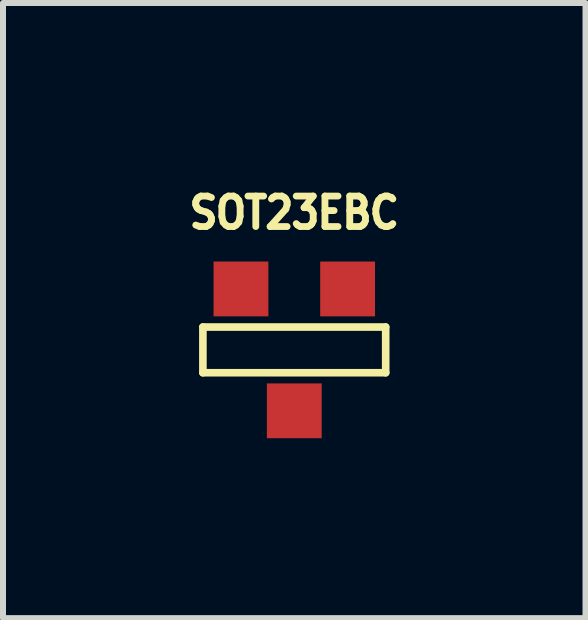
<source format=kicad_pcb>
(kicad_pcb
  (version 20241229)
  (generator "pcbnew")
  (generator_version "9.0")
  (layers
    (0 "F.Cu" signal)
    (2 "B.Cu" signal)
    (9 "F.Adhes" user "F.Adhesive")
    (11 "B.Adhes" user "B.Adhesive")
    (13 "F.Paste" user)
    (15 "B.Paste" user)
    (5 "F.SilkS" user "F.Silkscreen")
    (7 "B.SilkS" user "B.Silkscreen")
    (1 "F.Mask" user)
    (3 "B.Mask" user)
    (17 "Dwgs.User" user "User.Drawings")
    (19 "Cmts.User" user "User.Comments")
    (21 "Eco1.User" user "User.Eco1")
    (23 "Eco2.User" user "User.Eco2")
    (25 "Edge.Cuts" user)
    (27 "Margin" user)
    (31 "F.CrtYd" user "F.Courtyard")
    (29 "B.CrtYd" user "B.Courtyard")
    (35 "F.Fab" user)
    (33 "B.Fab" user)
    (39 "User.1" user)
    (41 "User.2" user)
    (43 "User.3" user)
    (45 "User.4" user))
  (footprint "SOT23EBC"
    (layer "F.Cu")
    (at 1.857 2.784)
    (property "Reference" "SOT23EBC" (at 0 -2.286 0) (layer "F.SilkS") (effects (font (size 0.508 0.457) (thickness 0.114))))
    (attr smd)
    (fp_line (start -1.524 -0.381) (end 1.524 -0.381) (stroke (width 0.127) (type solid)) (layer "F.SilkS"))
    (fp_line (start -1.524 0.381) (end -1.524 -0.381) (stroke (width 0.127) (type solid)) (layer "F.SilkS"))
    (fp_line (start 1.524 -0.381) (end 1.524 0.381) (stroke (width 0.127) (type solid)) (layer "F.SilkS"))
    (fp_line (start 1.524 0.381) (end -1.524 0.381) (stroke (width 0.127) (type solid)) (layer "F.SilkS"))
    (pad "1" smd rect (at -0.889 -1.016) (size 0.914 0.914) (layers "F.Cu" "F.Mask" "F.Paste"))
    (pad "2" smd rect (at 0.889 -1.016) (size 0.914 0.914) (layers "F.Cu" "F.Mask" "F.Paste"))
    (pad "3" smd rect (at 0 1.016) (size 0.914 0.914) (layers "F.Cu" "F.Mask" "F.Paste")))
  (gr_rect
    (start -3 -3)
    (end 6.713 7.257)
    (stroke (width 0.1) (type default))
    (fill no)
    (layer "Edge.Cuts")))
</source>
